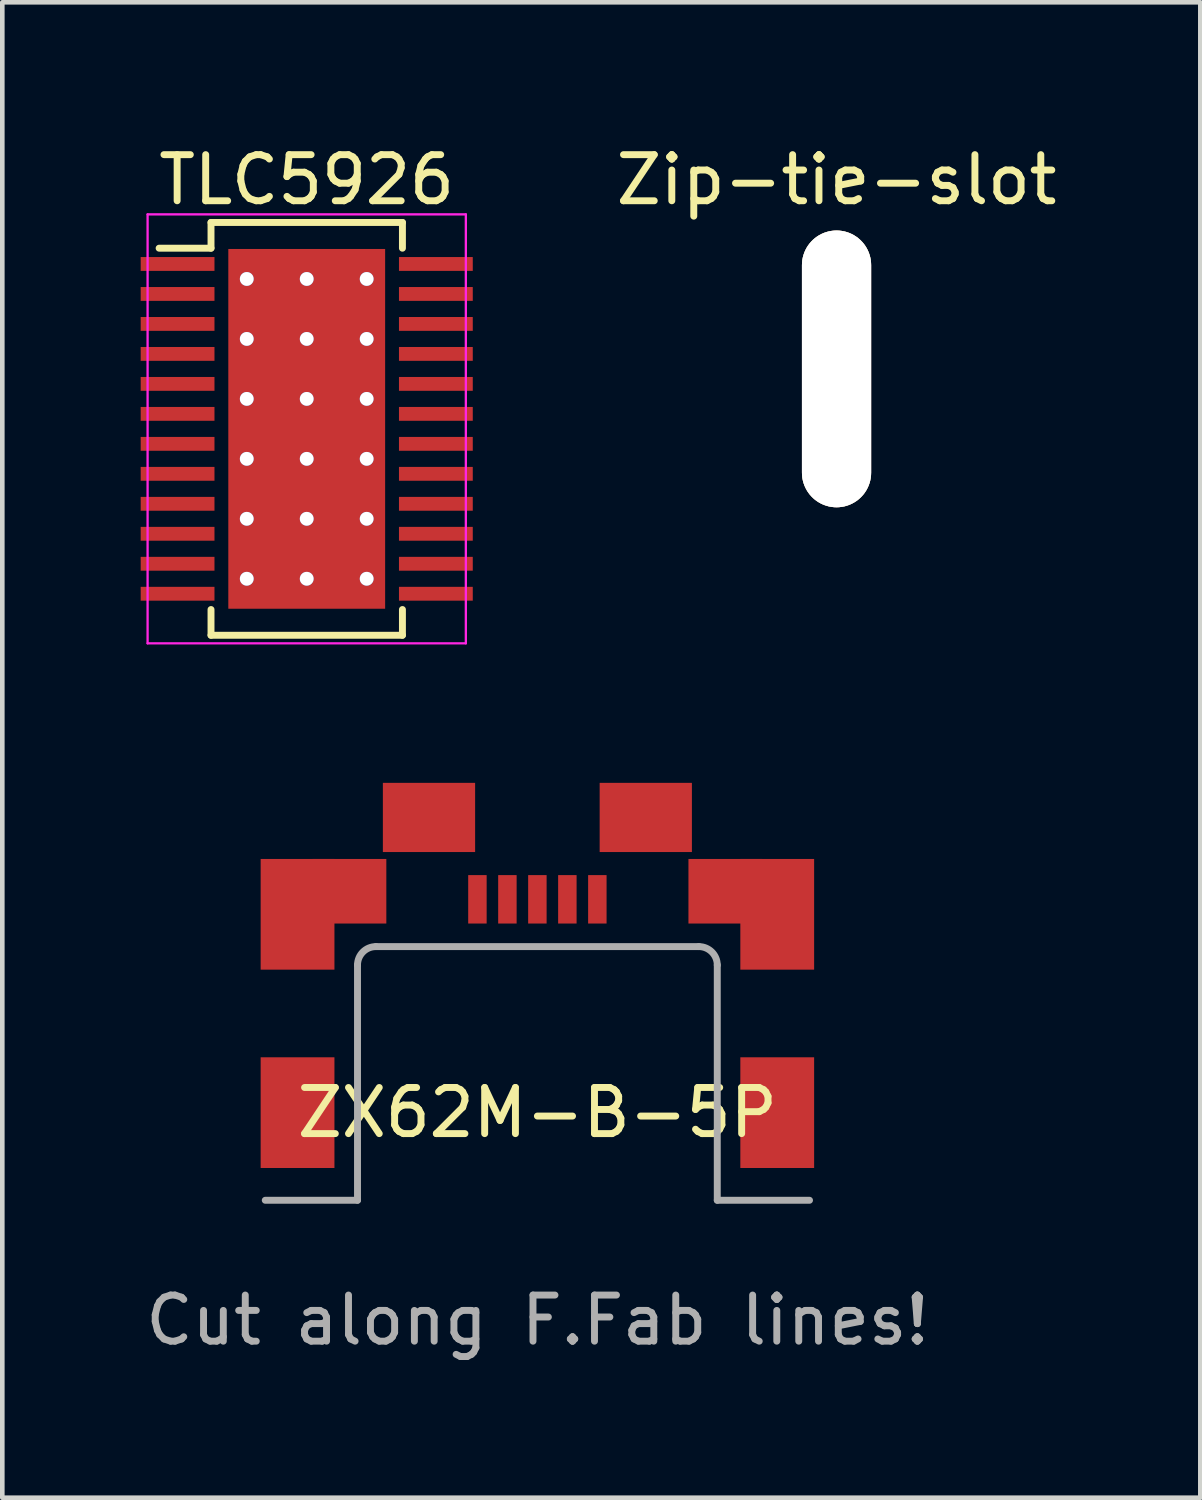
<source format=kicad_pcb>
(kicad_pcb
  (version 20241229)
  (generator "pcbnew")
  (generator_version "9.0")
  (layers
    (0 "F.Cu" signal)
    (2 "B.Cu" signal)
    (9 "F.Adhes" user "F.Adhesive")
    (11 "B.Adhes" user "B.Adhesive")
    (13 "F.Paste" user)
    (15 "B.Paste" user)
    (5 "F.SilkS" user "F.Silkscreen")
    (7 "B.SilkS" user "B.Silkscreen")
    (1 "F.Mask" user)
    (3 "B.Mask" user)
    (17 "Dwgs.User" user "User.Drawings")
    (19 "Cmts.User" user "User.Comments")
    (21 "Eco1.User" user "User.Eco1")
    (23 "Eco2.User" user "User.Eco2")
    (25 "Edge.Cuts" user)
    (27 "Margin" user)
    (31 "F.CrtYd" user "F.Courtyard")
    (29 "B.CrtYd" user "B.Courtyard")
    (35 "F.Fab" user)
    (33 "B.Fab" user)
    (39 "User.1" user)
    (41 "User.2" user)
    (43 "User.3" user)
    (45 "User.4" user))
  (footprint "Zip-tie-slot"
    (layer "F.Cu")
    (at 15.087 4.948)
    (property "Reference" "Zip-tie-slot" (at 0 -4.1 0) (layer "F.SilkS") (effects (font (size 1 1) (thickness 0.15))))
    (attr through_hole)
    (pad "1" thru_hole oval (at 0 0 180) (size 1.5 6) (drill oval 1.5 6) (layers "*.Cu" "*.Mask" "F.SilkS")))
  (footprint "ZX62M-B-5P"
    (layer "F.Cu")
    (at 8.601 21.073)
    (property "Reference" "ZX62M-B-5P" (at 0 0 0) (layer "F.SilkS") (effects (font (size 1 1) (thickness 0.15))))
    (attr through_hole)
    (fp_line (start -3.9 -3.2) (end -3.9 1.9) (stroke (width 0.15) (type solid)) (layer "F.Fab"))
    (fp_line (start -3.9 1.9) (end -5.9 1.9) (stroke (width 0.15) (type solid)) (layer "F.Fab"))
    (fp_line (start -3.5 -3.6) (end 3.5 -3.6) (stroke (width 0.15) (type solid)) (layer "F.Fab"))
    (fp_line (start 3.9 -3.2) (end 3.9 1.9) (stroke (width 0.15) (type solid)) (layer "F.Fab"))
    (fp_line (start 3.9 1.9) (end 5.9 1.9) (stroke (width 0.15) (type solid)) (layer "F.Fab"))
    (fp_arc (start -3.9 -3.2) (mid -3.782843 -3.482843) (end -3.5 -3.6) (stroke (width 0.15) (type solid)) (layer "F.Fab"))
    (fp_arc (start 3.5 -3.6) (mid 3.782843 -3.482843) (end 3.9 -3.2) (stroke (width 0.15) (type solid)) (layer "F.Fab"))
    (fp_text user "Cut along F.Fab lines!" (at 0 4.5 0) (layer "F.Fab") (effects (font (size 1 1) (thickness 0.15))))
    (pad "1" smd rect (at -1.3 -4.625) (size 0.4 1.05) (layers "F.Cu" "F.Mask" "F.Paste"))
    (pad "2" smd rect (at -0.65 -4.625) (size 0.4 1.05) (layers "F.Cu" "F.Mask" "F.Paste"))
    (pad "3" smd rect (at 0 -4.625) (size 0.4 1.05) (layers "F.Cu" "F.Mask" "F.Paste"))
    (pad "4" smd rect (at 0.65 -4.625) (size 0.4 1.05) (layers "F.Cu" "F.Mask" "F.Paste"))
    (pad "5" smd rect (at 1.3 -4.625) (size 0.4 1.05) (layers "F.Cu" "F.Mask" "F.Paste"))
    (pad "6" smd rect (at -5.2 -4.3) (size 1.6 2.4) (layers "F.Cu" "F.Mask" "F.Paste"))
    (pad "6" smd rect (at -5.2 0) (size 1.6 2.4) (layers "F.Cu" "F.Mask" "F.Paste"))
    (pad "6" smd rect (at -4.075 -4.8) (size 1.6 1.4) (layers "F.Cu" "F.Mask" "F.Paste"))
    (pad "6" smd rect (at -2.35 -6.4) (size 2 1.5) (layers "F.Cu" "F.Mask" "F.Paste"))
    (pad "6" smd rect (at 2.35 -6.4) (size 2 1.5) (layers "F.Cu" "F.Mask" "F.Paste"))
    (pad "6" smd rect (at 4.075 -4.8) (size 1.6 1.4) (layers "F.Cu" "F.Mask" "F.Paste"))
    (pad "6" smd rect (at 5.2 -4.3) (size 1.6 2.4) (layers "F.Cu" "F.Mask" "F.Paste"))
    (pad "6" smd rect (at 5.2 0) (size 1.6 2.4) (layers "F.Cu" "F.Mask" "F.Paste")))
  (footprint "TLC5926"
    (layer "F.Cu")
    (at 3.6 6.248)
    (property "Reference" "TLC5926" (at 0 -5.4 0) (layer "F.SilkS") (effects (font (size 1 1) (thickness 0.15))))
    (attr smd)
    (fp_line (start -2.075 -4.475) (end -2.075 -3.917) (stroke (width 0.15) (type solid)) (layer "F.SilkS"))
    (fp_line (start -2.075 -4.475) (end 2.075 -4.475) (stroke (width 0.15) (type solid)) (layer "F.SilkS"))
    (fp_line (start -2.075 -3.917) (end -3.2 -3.917) (stroke (width 0.15) (type solid)) (layer "F.SilkS"))
    (fp_line (start -2.075 4.475) (end -2.075 3.917) (stroke (width 0.15) (type solid)) (layer "F.SilkS"))
    (fp_line (start -2.075 4.475) (end 2.075 4.475) (stroke (width 0.15) (type solid)) (layer "F.SilkS"))
    (fp_line (start 2.075 -4.475) (end 2.075 -3.917) (stroke (width 0.15) (type solid)) (layer "F.SilkS"))
    (fp_line (start 2.075 4.475) (end 2.075 3.917) (stroke (width 0.15) (type solid)) (layer "F.SilkS"))
    (fp_line (start -3.45 -4.65) (end -3.45 4.65) (stroke (width 0.05) (type solid)) (layer "F.CrtYd"))
    (fp_line (start -3.45 -4.65) (end 3.45 -4.65) (stroke (width 0.05) (type solid)) (layer "F.CrtYd"))
    (fp_line (start -3.45 4.65) (end 3.45 4.65) (stroke (width 0.05) (type solid)) (layer "F.CrtYd"))
    (fp_line (start 3.45 -4.65) (end 3.45 4.65) (stroke (width 0.05) (type solid)) (layer "F.CrtYd"))
    (pad "1" smd rect (at -2.8 -3.575) (size 1.6 0.3) (layers "F.Cu" "F.Mask" "F.Paste"))
    (pad "1" thru_hole circle (at -1.3 -3.25) (size 0.3 0.3) (drill 0.3) (layers "*.Cu" "B.Mask"))
    (pad "1" thru_hole circle (at -1.3 -1.95) (size 0.3 0.3) (drill 0.3) (layers "*.Cu" "B.Mask"))
    (pad "1" thru_hole circle (at -1.3 -0.65) (size 0.3 0.3) (drill 0.3) (layers "*.Cu" "B.Mask"))
    (pad "1" thru_hole circle (at -1.3 0.65) (size 0.3 0.3) (drill 0.3) (layers "*.Cu" "B.Mask"))
    (pad "1" thru_hole circle (at -1.3 1.95) (size 0.3 0.3) (drill 0.3) (layers "*.Cu" "B.Mask"))
    (pad "1" thru_hole circle (at -1.3 3.25) (size 0.3 0.3) (drill 0.3) (layers "*.Cu" "B.Mask"))
    (pad "1" thru_hole circle (at 0 -3.25) (size 0.3 0.3) (drill 0.3) (layers "*.Cu" "B.Mask"))
    (pad "1" thru_hole circle (at 0 -1.95) (size 0.3 0.3) (drill 0.3) (layers "*.Cu" "B.Mask"))
    (pad "1" thru_hole circle (at 0 -0.65) (size 0.3 0.3) (drill 0.3) (layers "*.Cu" "B.Mask"))
    (pad "1" smd rect (at 0 0) (size 3.4 7.8) (layers "F.Cu" "F.Mask" "F.Paste"))
    (pad "1" thru_hole circle (at 0 0.65) (size 0.3 0.3) (drill 0.3) (layers "*.Cu" "B.Mask"))
    (pad "1" thru_hole circle (at 0 1.95) (size 0.3 0.3) (drill 0.3) (layers "*.Cu" "B.Mask"))
    (pad "1" thru_hole circle (at 0 3.25) (size 0.3 0.3) (drill 0.3) (layers "*.Cu" "B.Mask"))
    (pad "1" thru_hole circle (at 1.3 -3.25) (size 0.3 0.3) (drill 0.3) (layers "*.Cu" "B.Mask"))
    (pad "1" thru_hole circle (at 1.3 -1.95) (size 0.3 0.3) (drill 0.3) (layers "*.Cu" "B.Mask"))
    (pad "1" thru_hole circle (at 1.3 -0.65) (size 0.3 0.3) (drill 0.3) (layers "*.Cu" "B.Mask"))
    (pad "1" thru_hole circle (at 1.3 0.65) (size 0.3 0.3) (drill 0.3) (layers "*.Cu" "B.Mask"))
    (pad "1" thru_hole circle (at 1.3 1.95) (size 0.3 0.3) (drill 0.3) (layers "*.Cu" "B.Mask"))
    (pad "1" thru_hole circle (at 1.3 3.25) (size 0.3 0.3) (drill 0.3) (layers "*.Cu" "B.Mask"))
    (pad "2" smd rect (at -2.8 -2.925) (size 1.6 0.3) (layers "F.Cu" "F.Mask" "F.Paste"))
    (pad "3" smd rect (at -2.8 -2.275) (size 1.6 0.3) (layers "F.Cu" "F.Mask" "F.Paste"))
    (pad "4" smd rect (at -2.8 -1.625) (size 1.6 0.3) (layers "F.Cu" "F.Mask" "F.Paste"))
    (pad "5" smd rect (at -2.8 -0.975) (size 1.6 0.3) (layers "F.Cu" "F.Mask" "F.Paste"))
    (pad "6" smd rect (at -2.8 -0.325) (size 1.6 0.3) (layers "F.Cu" "F.Mask" "F.Paste"))
    (pad "7" smd rect (at -2.8 0.325) (size 1.6 0.3) (layers "F.Cu" "F.Mask" "F.Paste"))
    (pad "8" smd rect (at -2.8 0.975) (size 1.6 0.3) (layers "F.Cu" "F.Mask" "F.Paste"))
    (pad "9" smd rect (at -2.8 1.625 180) (size 1.6 0.3) (layers "F.Cu" "F.Mask" "F.Paste"))
    (pad "10" smd rect (at -2.8 2.275) (size 1.6 0.3) (layers "F.Cu" "F.Mask" "F.Paste"))
    (pad "11" smd rect (at -2.8 2.925) (size 1.6 0.3) (layers "F.Cu" "F.Mask" "F.Paste"))
    (pad "12" smd rect (at -2.8 3.575) (size 1.6 0.3) (layers "F.Cu" "F.Mask" "F.Paste"))
    (pad "13" smd rect (at 2.8 3.575) (size 1.6 0.3) (layers "F.Cu" "F.Mask" "F.Paste"))
    (pad "14" smd rect (at 2.8 2.925) (size 1.6 0.3) (layers "F.Cu" "F.Mask" "F.Paste"))
    (pad "15" smd rect (at 2.8 2.275) (size 1.6 0.3) (layers "F.Cu" "F.Mask" "F.Paste"))
    (pad "16" smd rect (at 2.8 1.625) (size 1.6 0.3) (layers "F.Cu" "F.Mask" "F.Paste"))
    (pad "17" smd rect (at 2.8 0.975) (size 1.6 0.3) (layers "F.Cu" "F.Mask" "F.Paste"))
    (pad "18" smd rect (at 2.8 0.325) (size 1.6 0.3) (layers "F.Cu" "F.Mask" "F.Paste"))
    (pad "19" smd rect (at 2.8 -0.325) (size 1.6 0.3) (layers "F.Cu" "F.Mask" "F.Paste"))
    (pad "20" smd rect (at 2.8 -0.975) (size 1.6 0.3) (layers "F.Cu" "F.Mask" "F.Paste"))
    (pad "21" smd rect (at 2.8 -1.625) (size 1.6 0.3) (layers "F.Cu" "F.Mask" "F.Paste"))
    (pad "22" smd rect (at 2.8 -2.275) (size 1.6 0.3) (layers "F.Cu" "F.Mask" "F.Paste"))
    (pad "23" smd rect (at 2.8 -2.925) (size 1.6 0.3) (layers "F.Cu" "F.Mask" "F.Paste"))
    (pad "24" smd rect (at 2.8 -3.575) (size 1.6 0.3) (layers "F.Cu" "F.Mask" "F.Paste")))
  (gr_rect
    (start -3 -3)
    (end 22.974 29.422)
    (stroke (width 0.1) (type default))
    (fill no)
    (layer "Edge.Cuts")))
</source>
